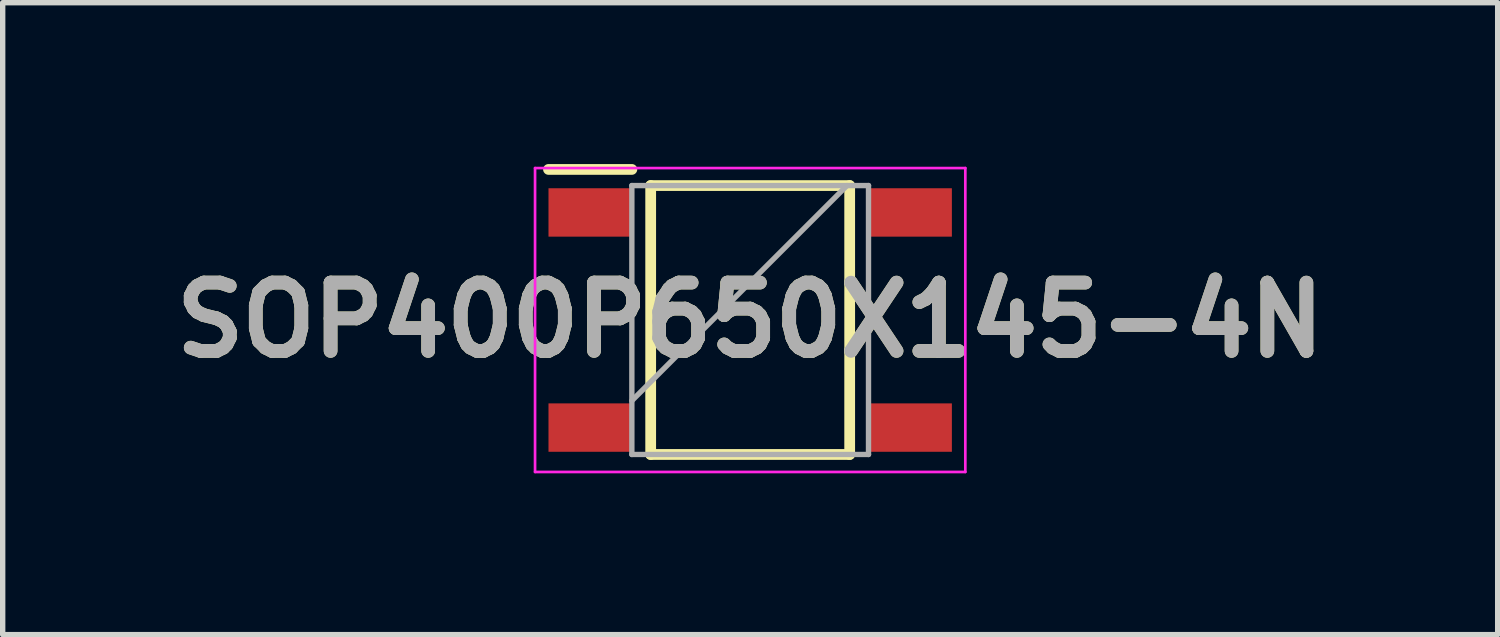
<source format=kicad_pcb>
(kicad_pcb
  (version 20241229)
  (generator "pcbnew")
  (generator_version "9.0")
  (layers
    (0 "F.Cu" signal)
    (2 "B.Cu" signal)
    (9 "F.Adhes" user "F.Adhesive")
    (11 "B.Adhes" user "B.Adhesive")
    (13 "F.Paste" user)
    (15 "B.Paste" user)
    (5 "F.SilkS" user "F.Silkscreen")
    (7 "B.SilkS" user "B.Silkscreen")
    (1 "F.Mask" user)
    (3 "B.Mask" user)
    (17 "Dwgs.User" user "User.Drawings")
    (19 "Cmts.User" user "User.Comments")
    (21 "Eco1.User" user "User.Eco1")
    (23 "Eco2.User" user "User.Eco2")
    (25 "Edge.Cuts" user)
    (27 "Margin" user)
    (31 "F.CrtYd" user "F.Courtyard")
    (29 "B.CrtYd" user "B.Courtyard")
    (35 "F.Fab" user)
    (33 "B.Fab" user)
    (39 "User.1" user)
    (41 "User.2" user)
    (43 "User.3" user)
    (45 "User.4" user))
  (footprint "SOP400P650X145-4N"
    (layer "F.Cu")
    (at 10.898 2.9)
    (property "Reference" "SOP400P650X145-4N" (at 0 0 0) (layer "F.SilkS") (effects (font (size 1.27 1.27) (thickness 0.254))))
    (attr smd)
    (fp_line (start -3.75 -2.8) (end -2.2 -2.8) (stroke (width 0.2) (type solid)) (layer "F.SilkS"))
    (fp_line (start -1.85 -2.5) (end 1.85 -2.5) (stroke (width 0.2) (type solid)) (layer "F.SilkS"))
    (fp_line (start -1.85 2.5) (end -1.85 -2.5) (stroke (width 0.2) (type solid)) (layer "F.SilkS"))
    (fp_line (start 1.85 -2.5) (end 1.85 2.5) (stroke (width 0.2) (type solid)) (layer "F.SilkS"))
    (fp_line (start 1.85 2.5) (end -1.85 2.5) (stroke (width 0.2) (type solid)) (layer "F.SilkS"))
    (fp_line (start -4 -2.825) (end 4 -2.825) (stroke (width 0.05) (type solid)) (layer "F.CrtYd"))
    (fp_line (start -4 2.825) (end -4 -2.825) (stroke (width 0.05) (type solid)) (layer "F.CrtYd"))
    (fp_line (start 4 -2.825) (end 4 2.825) (stroke (width 0.05) (type solid)) (layer "F.CrtYd"))
    (fp_line (start 4 2.825) (end -4 2.825) (stroke (width 0.05) (type solid)) (layer "F.CrtYd"))
    (fp_line (start -2.2 -2.5) (end 2.2 -2.5) (stroke (width 0.1) (type solid)) (layer "F.Fab"))
    (fp_line (start -2.2 1.5) (end 1.8 -2.5) (stroke (width 0.1) (type solid)) (layer "F.Fab"))
    (fp_line (start -2.2 2.5) (end -2.2 -2.5) (stroke (width 0.1) (type solid)) (layer "F.Fab"))
    (fp_line (start 2.2 -2.5) (end 2.2 2.5) (stroke (width 0.1) (type solid)) (layer "F.Fab"))
    (fp_line (start 2.2 2.5) (end -2.2 2.5) (stroke (width 0.1) (type solid)) (layer "F.Fab"))
    (fp_text user "${REFERENCE}" (at 0 0 0) (layer "F.Fab") (effects (font (size 1.27 1.27) (thickness 0.254))))
    (pad "1" smd rect (at -2.975 -2 90) (size 0.9 1.55) (layers "F.Cu" "F.Mask" "F.Paste"))
    (pad "2" smd rect (at -2.975 2 90) (size 0.9 1.55) (layers "F.Cu" "F.Mask" "F.Paste"))
    (pad "3" smd rect (at 2.975 2 90) (size 0.9 1.55) (layers "F.Cu" "F.Mask" "F.Paste"))
    (pad "4" smd rect (at 2.975 -2 90) (size 0.9 1.55) (layers "F.Cu" "F.Mask" "F.Paste")))
  (gr_rect
    (start -3 -3)
    (end 24.796 8.75)
    (stroke (width 0.1) (type default))
    (fill no)
    (layer "Edge.Cuts")))
</source>
